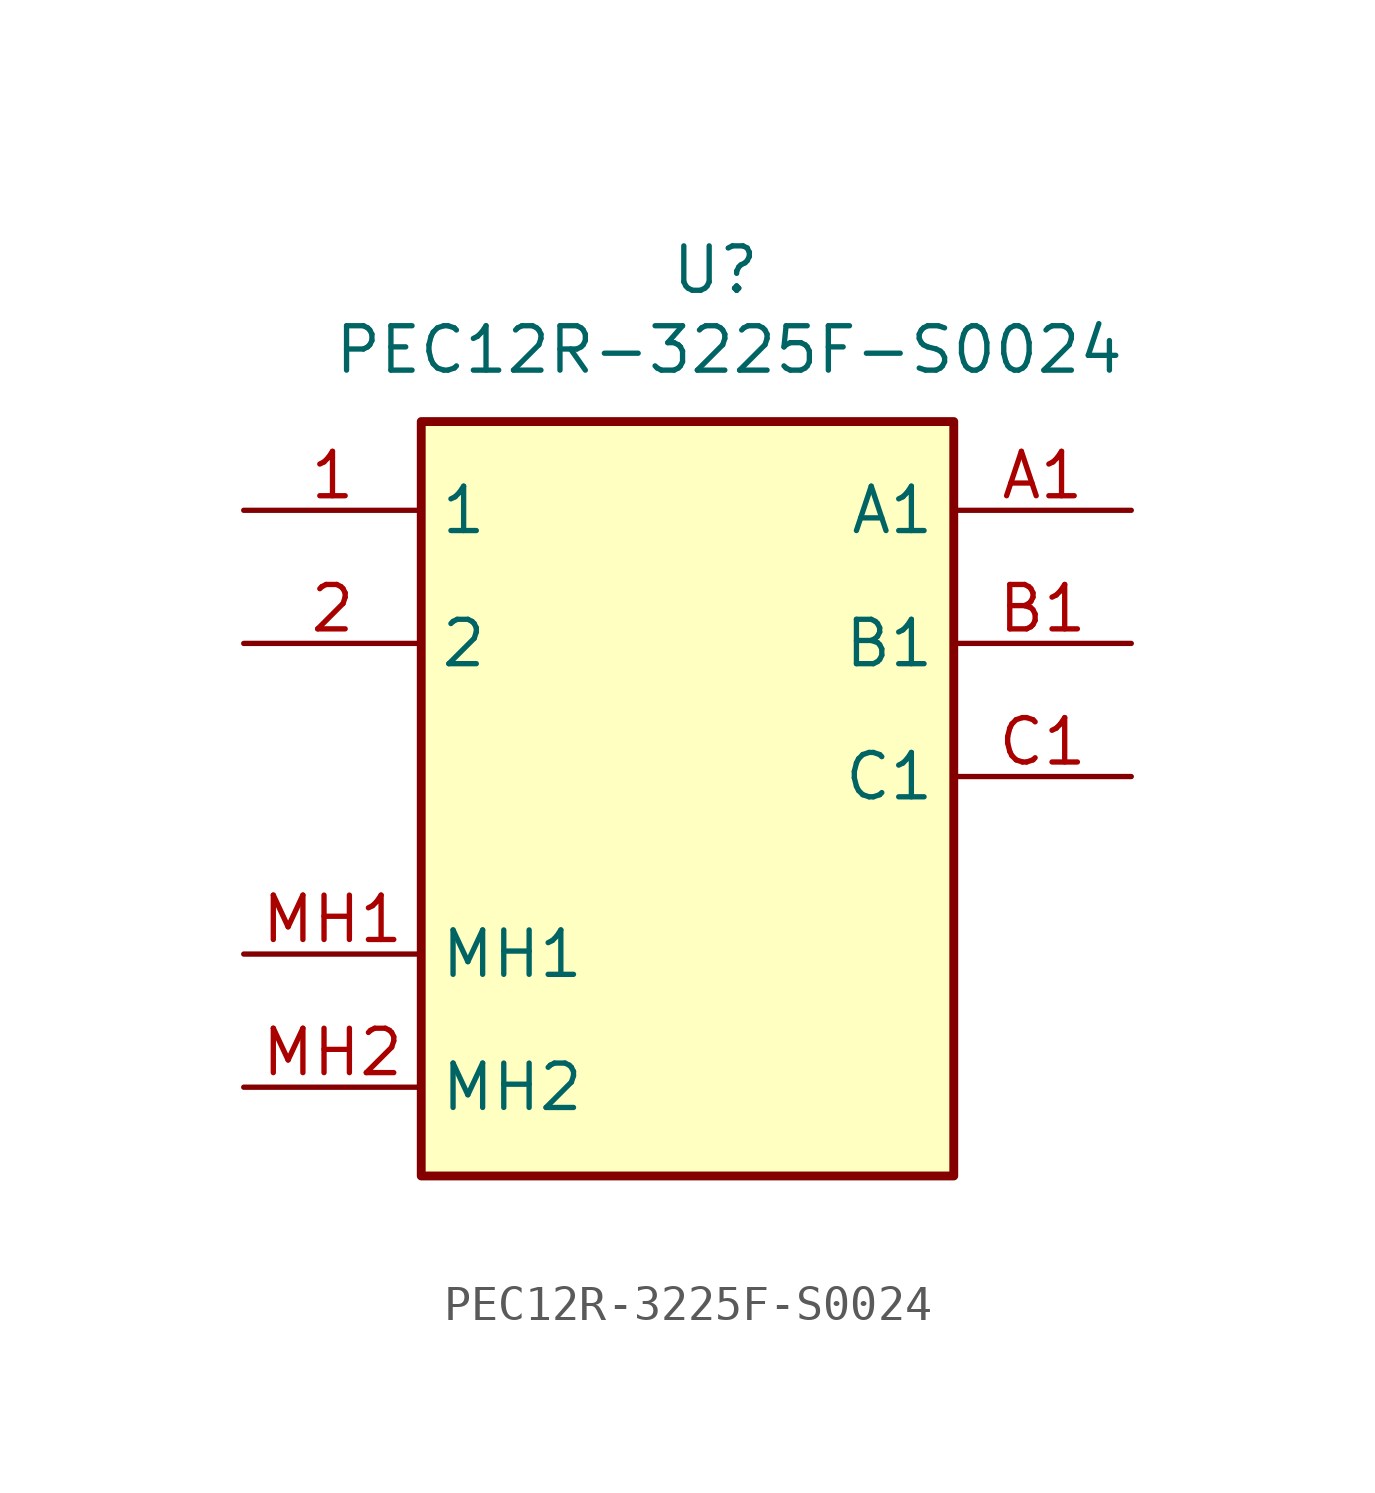
<source format=kicad_sym>
(kicad_symbol_lib
  (version 20231120)
  (generator "kicad_symbol_editor")
  (generator_version "8.0")
  (symbol "PEC12R-3225F-S0024"
    (property "Reference" "U"
      (at 12.192 12.7 0)
      (effects (font (size 1.27 1.27)) (justify left top)))
    (property "Value" "PEC12R-3225F-S0024"
      (at 2.54 10.414 0)
      (effects (font (size 1.27 1.27)) (justify left top)))
    (symbol "PEC12R-3225F-S0024_1_1"
      (rectangle (start 5.08 7.62) (end 20.32 -13.97) (stroke (width 0.254) (type default)) (fill (type background)))
      (pin passive line (at 0 5.08 0) (length 5.08) (name "1" (effects (font (size 1.27 1.27)))) (number "1" (effects (font (size 1.27 1.27)))))
      (pin passive line (at 0 1.27 0) (length 5.08) (name "2" (effects (font (size 1.27 1.27)))) (number "2" (effects (font (size 1.27 1.27)))))
      (pin passive line (at 25.4 5.08 180) (length 5.08) (name "A1" (effects (font (size 1.27 1.27)))) (number "A1" (effects (font (size 1.27 1.27)))))
      (pin passive line (at 25.4 1.27 180) (length 5.08) (name "B1" (effects (font (size 1.27 1.27)))) (number "B1" (effects (font (size 1.27 1.27)))))
      (pin passive line (at 25.4 -2.54 180) (length 5.08) (name "C1" (effects (font (size 1.27 1.27)))) (number "C1" (effects (font (size 1.27 1.27)))))
      (pin passive line (at 0 -7.62 0) (length 5.08) (name "MH1" (effects (font (size 1.27 1.27)))) (number "MH1" (effects (font (size 1.27 1.27)))))
      (pin passive line (at 0 -11.43 0) (length 5.08) (name "MH2" (effects (font (size 1.27 1.27)))) (number "MH2" (effects (font (size 1.27 1.27))))))))
</source>
